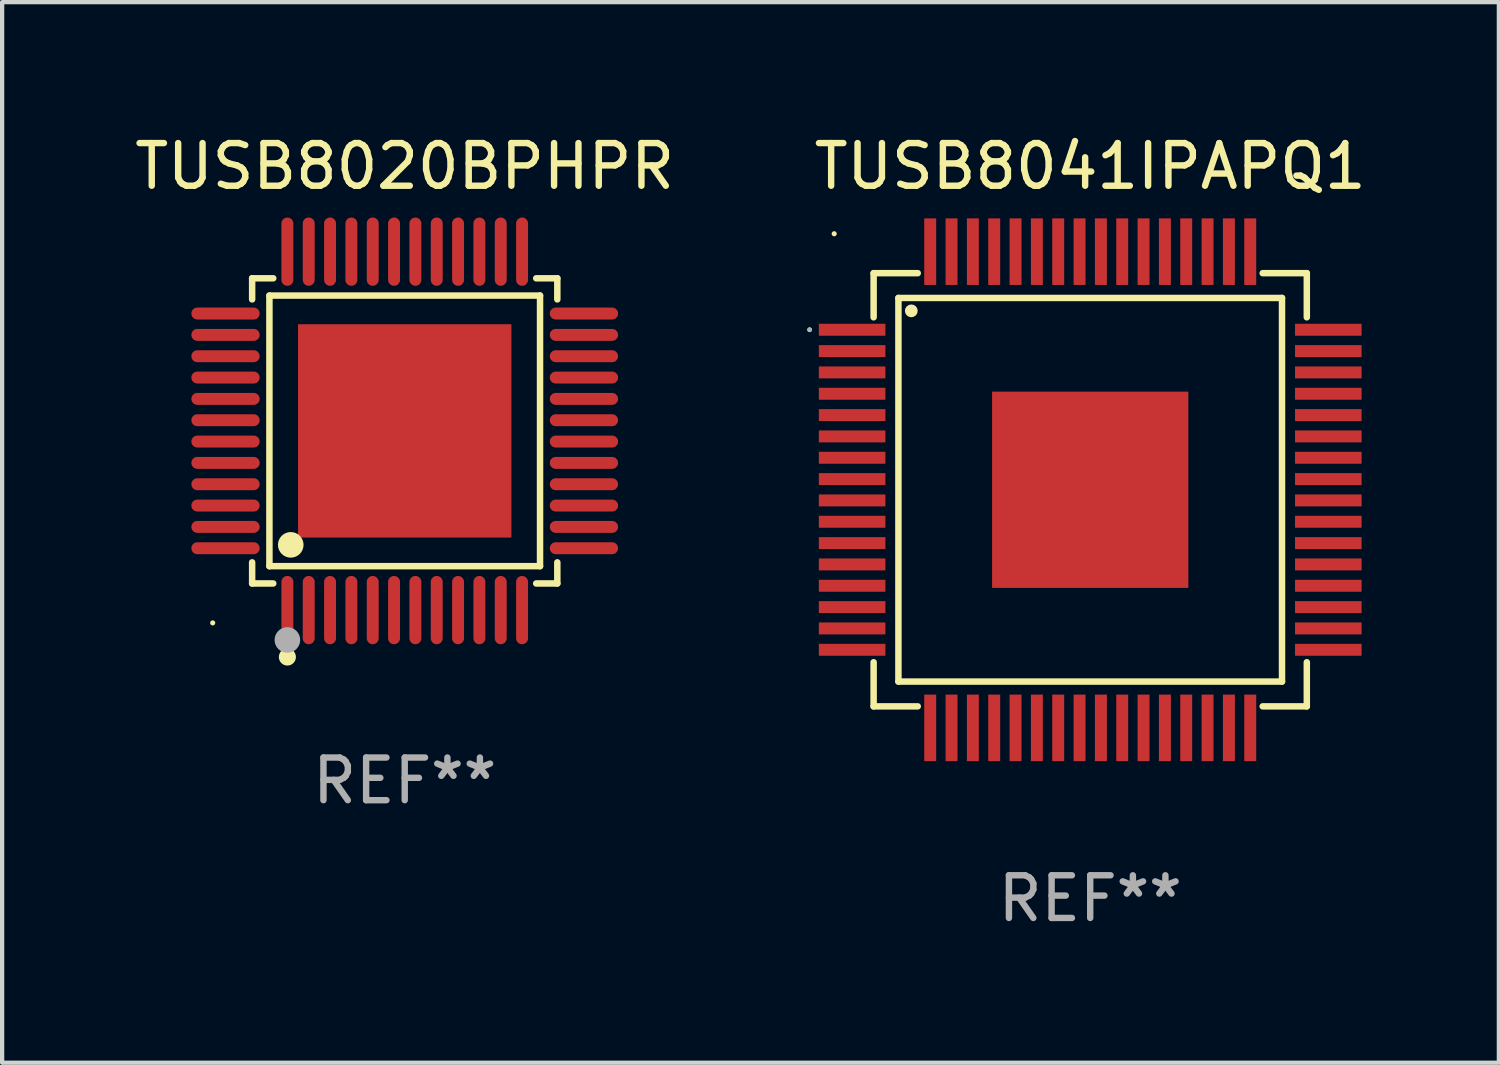
<source format=kicad_pcb>
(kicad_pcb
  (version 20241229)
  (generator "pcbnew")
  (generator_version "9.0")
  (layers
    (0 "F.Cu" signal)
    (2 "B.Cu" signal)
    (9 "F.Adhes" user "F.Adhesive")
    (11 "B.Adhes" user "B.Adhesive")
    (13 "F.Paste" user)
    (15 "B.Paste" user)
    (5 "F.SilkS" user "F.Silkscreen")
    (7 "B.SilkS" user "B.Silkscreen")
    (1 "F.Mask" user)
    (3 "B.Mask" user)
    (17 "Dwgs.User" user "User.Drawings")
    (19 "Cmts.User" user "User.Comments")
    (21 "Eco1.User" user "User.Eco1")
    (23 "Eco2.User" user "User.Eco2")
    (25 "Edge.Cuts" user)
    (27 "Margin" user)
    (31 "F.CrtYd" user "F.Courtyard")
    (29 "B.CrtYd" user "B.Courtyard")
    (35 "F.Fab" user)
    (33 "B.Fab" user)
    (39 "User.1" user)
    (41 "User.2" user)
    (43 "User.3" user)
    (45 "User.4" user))
  (footprint "TUSB8020BPHPR"
    (layer "F.Cu")
    (at 6.435 7.048)
    (property "Reference" "TUSB8020BPHPR" (at 0 -6.2 0) (layer "F.SilkS") (effects (font (size 1 1) (thickness 0.15))))
    (attr through_hole)
    (fp_line (start -3.576 -3.576) (end -3.081 -3.576) (stroke (width 0.152) (type solid)) (layer "F.SilkS"))
    (fp_line (start -3.576 -3.081) (end -3.576 -3.576) (stroke (width 0.152) (type solid)) (layer "F.SilkS"))
    (fp_line (start -3.576 3.081) (end -3.576 3.576) (stroke (width 0.152) (type solid)) (layer "F.SilkS"))
    (fp_line (start -3.576 3.576) (end -3.081 3.576) (stroke (width 0.152) (type solid)) (layer "F.SilkS"))
    (fp_line (start -3.171 -3.171) (end 3.171 -3.171) (stroke (width 0.152) (type solid)) (layer "F.SilkS"))
    (fp_line (start -3.171 3.171) (end -3.171 -3.171) (stroke (width 0.152) (type solid)) (layer "F.SilkS"))
    (fp_line (start 3.171 -3.171) (end 3.171 3.171) (stroke (width 0.152) (type solid)) (layer "F.SilkS"))
    (fp_line (start 3.171 3.171) (end -3.171 3.171) (stroke (width 0.152) (type solid)) (layer "F.SilkS"))
    (fp_line (start 3.576 -3.576) (end 3.081 -3.576) (stroke (width 0.152) (type solid)) (layer "F.SilkS"))
    (fp_line (start 3.576 -3.081) (end 3.576 -3.576) (stroke (width 0.152) (type solid)) (layer "F.SilkS"))
    (fp_line (start 3.576 3.081) (end 3.576 3.576) (stroke (width 0.152) (type solid)) (layer "F.SilkS"))
    (fp_line (start 3.576 3.576) (end 3.081 3.576) (stroke (width 0.152) (type solid)) (layer "F.SilkS"))
    (fp_circle (center -4.5 4.5) (end -4.47 4.5) (stroke (width 0.06) (type solid)) (fill no) (layer "F.SilkS"))
    (fp_circle (center -2.75 5.3) (end -2.65 5.3) (stroke (width 0.2) (type solid)) (fill no) (layer "F.SilkS"))
    (fp_circle (center -2.671 2.671) (end -2.521 2.671) (stroke (width 0.3) (type solid)) (fill no) (layer "F.SilkS"))
    (fp_circle (center -2.75 4.9) (end -2.6 4.9) (stroke (width 0.3) (type solid)) (fill no) (layer "F.Fab"))
    (fp_text user "REF**" (at 0 8.2 0) (layer "F.Fab") (effects (font (size 1 1) (thickness 0.15))))
    (pad "1" smd oval (at -2.75 4.2) (size 0.28 1.6) (layers "F.Cu" "F.Mask" "F.Paste"))
    (pad "2" smd oval (at -2.25 4.2) (size 0.28 1.6) (layers "F.Cu" "F.Mask" "F.Paste"))
    (pad "3" smd oval (at -1.75 4.2) (size 0.28 1.6) (layers "F.Cu" "F.Mask" "F.Paste"))
    (pad "4" smd oval (at -1.25 4.2) (size 0.28 1.6) (layers "F.Cu" "F.Mask" "F.Paste"))
    (pad "5" smd oval (at -0.75 4.2) (size 0.28 1.6) (layers "F.Cu" "F.Mask" "F.Paste"))
    (pad "6" smd oval (at -0.25 4.2) (size 0.28 1.6) (layers "F.Cu" "F.Mask" "F.Paste"))
    (pad "7" smd oval (at 0.25 4.2) (size 0.28 1.6) (layers "F.Cu" "F.Mask" "F.Paste"))
    (pad "8" smd oval (at 0.75 4.2) (size 0.28 1.6) (layers "F.Cu" "F.Mask" "F.Paste"))
    (pad "9" smd oval (at 1.25 4.2) (size 0.28 1.6) (layers "F.Cu" "F.Mask" "F.Paste"))
    (pad "10" smd oval (at 1.75 4.2) (size 0.28 1.6) (layers "F.Cu" "F.Mask" "F.Paste"))
    (pad "11" smd oval (at 2.25 4.2) (size 0.28 1.6) (layers "F.Cu" "F.Mask" "F.Paste"))
    (pad "12" smd oval (at 2.75 4.2) (size 0.28 1.6) (layers "F.Cu" "F.Mask" "F.Paste"))
    (pad "13" smd oval (at 4.2 2.75) (size 1.6 0.28) (layers "F.Cu" "F.Mask" "F.Paste"))
    (pad "14" smd oval (at 4.2 2.25) (size 1.6 0.28) (layers "F.Cu" "F.Mask" "F.Paste"))
    (pad "15" smd oval (at 4.2 1.75) (size 1.6 0.28) (layers "F.Cu" "F.Mask" "F.Paste"))
    (pad "16" smd oval (at 4.2 1.25) (size 1.6 0.28) (layers "F.Cu" "F.Mask" "F.Paste"))
    (pad "17" smd oval (at 4.2 0.75) (size 1.6 0.28) (layers "F.Cu" "F.Mask" "F.Paste"))
    (pad "18" smd oval (at 4.2 0.25) (size 1.6 0.28) (layers "F.Cu" "F.Mask" "F.Paste"))
    (pad "19" smd oval (at 4.2 -0.25) (size 1.6 0.28) (layers "F.Cu" "F.Mask" "F.Paste"))
    (pad "20" smd oval (at 4.2 -0.75) (size 1.6 0.28) (layers "F.Cu" "F.Mask" "F.Paste"))
    (pad "21" smd oval (at 4.2 -1.25) (size 1.6 0.28) (layers "F.Cu" "F.Mask" "F.Paste"))
    (pad "22" smd oval (at 4.2 -1.75) (size 1.6 0.28) (layers "F.Cu" "F.Mask" "F.Paste"))
    (pad "23" smd oval (at 4.2 -2.25) (size 1.6 0.28) (layers "F.Cu" "F.Mask" "F.Paste"))
    (pad "24" smd oval (at 4.2 -2.75) (size 1.6 0.28) (layers "F.Cu" "F.Mask" "F.Paste"))
    (pad "25" smd oval (at 2.75 -4.2) (size 0.28 1.6) (layers "F.Cu" "F.Mask" "F.Paste"))
    (pad "26" smd oval (at 2.25 -4.2) (size 0.28 1.6) (layers "F.Cu" "F.Mask" "F.Paste"))
    (pad "27" smd oval (at 1.75 -4.2) (size 0.28 1.6) (layers "F.Cu" "F.Mask" "F.Paste"))
    (pad "28" smd oval (at 1.25 -4.2) (size 0.28 1.6) (layers "F.Cu" "F.Mask" "F.Paste"))
    (pad "29" smd oval (at 0.75 -4.2) (size 0.28 1.6) (layers "F.Cu" "F.Mask" "F.Paste"))
    (pad "30" smd oval (at 0.25 -4.2) (size 0.28 1.6) (layers "F.Cu" "F.Mask" "F.Paste"))
    (pad "31" smd oval (at -0.25 -4.2) (size 0.28 1.6) (layers "F.Cu" "F.Mask" "F.Paste"))
    (pad "32" smd oval (at -0.75 -4.2) (size 0.28 1.6) (layers "F.Cu" "F.Mask" "F.Paste"))
    (pad "33" smd oval (at -1.25 -4.2) (size 0.28 1.6) (layers "F.Cu" "F.Mask" "F.Paste"))
    (pad "34" smd oval (at -1.75 -4.2) (size 0.28 1.6) (layers "F.Cu" "F.Mask" "F.Paste"))
    (pad "35" smd oval (at -2.25 -4.2) (size 0.28 1.6) (layers "F.Cu" "F.Mask" "F.Paste"))
    (pad "36" smd oval (at -2.75 -4.2) (size 0.28 1.6) (layers "F.Cu" "F.Mask" "F.Paste"))
    (pad "37" smd oval (at -4.2 -2.75) (size 1.6 0.28) (layers "F.Cu" "F.Mask" "F.Paste"))
    (pad "38" smd oval (at -4.2 -2.25) (size 1.6 0.28) (layers "F.Cu" "F.Mask" "F.Paste"))
    (pad "39" smd oval (at -4.2 -1.75) (size 1.6 0.28) (layers "F.Cu" "F.Mask" "F.Paste"))
    (pad "40" smd oval (at -4.2 -1.25) (size 1.6 0.28) (layers "F.Cu" "F.Mask" "F.Paste"))
    (pad "41" smd oval (at -4.2 -0.75) (size 1.6 0.28) (layers "F.Cu" "F.Mask" "F.Paste"))
    (pad "42" smd oval (at -4.2 -0.25) (size 1.6 0.28) (layers "F.Cu" "F.Mask" "F.Paste"))
    (pad "43" smd oval (at -4.2 0.25) (size 1.6 0.28) (layers "F.Cu" "F.Mask" "F.Paste"))
    (pad "44" smd oval (at -4.2 0.75) (size 1.6 0.28) (layers "F.Cu" "F.Mask" "F.Paste"))
    (pad "45" smd oval (at -4.2 1.25) (size 1.6 0.28) (layers "F.Cu" "F.Mask" "F.Paste"))
    (pad "46" smd oval (at -4.2 1.75) (size 1.6 0.28) (layers "F.Cu" "F.Mask" "F.Paste"))
    (pad "47" smd oval (at -4.2 2.25) (size 1.6 0.28) (layers "F.Cu" "F.Mask" "F.Paste"))
    (pad "48" smd oval (at -4.2 2.75) (size 1.6 0.28) (layers "F.Cu" "F.Mask" "F.Paste"))
    (pad "49" smd rect (at 0 0) (size 5 5) (layers "F.Cu" "F.Mask" "F.Paste")))
  (footprint "TUSB8041IPAPQ1"
    (layer "F.Cu")
    (at 22.5 8.428)
    (property "Reference" "TUSB8041IPAPQ1" (at 0 -7.58 0) (layer "F.SilkS") (effects (font (size 1 1) (thickness 0.15))))
    (attr through_hole)
    (fp_line (start -5.076 -5.076) (end -4.042 -5.076) (stroke (width 0.152) (type solid)) (layer "F.SilkS"))
    (fp_line (start -5.076 -4.042) (end -5.076 -5.076) (stroke (width 0.152) (type solid)) (layer "F.SilkS"))
    (fp_line (start -5.076 4.042) (end -5.076 5.076) (stroke (width 0.152) (type solid)) (layer "F.SilkS"))
    (fp_line (start -5.076 5.076) (end -4.042 5.076) (stroke (width 0.152) (type solid)) (layer "F.SilkS"))
    (fp_line (start -4.495 -4.495) (end 4.495 -4.495) (stroke (width 0.152) (type solid)) (layer "F.SilkS"))
    (fp_line (start -4.495 4.495) (end -4.495 -4.495) (stroke (width 0.152) (type solid)) (layer "F.SilkS"))
    (fp_line (start 4.495 -4.495) (end 4.495 4.495) (stroke (width 0.152) (type solid)) (layer "F.SilkS"))
    (fp_line (start 4.495 4.495) (end -4.495 4.495) (stroke (width 0.152) (type solid)) (layer "F.SilkS"))
    (fp_line (start 5.076 -5.076) (end 4.042 -5.076) (stroke (width 0.152) (type solid)) (layer "F.SilkS"))
    (fp_line (start 5.076 -4.042) (end 5.076 -5.076) (stroke (width 0.152) (type solid)) (layer "F.SilkS"))
    (fp_line (start 5.076 4.042) (end 5.076 5.076) (stroke (width 0.152) (type solid)) (layer "F.SilkS"))
    (fp_line (start 5.076 5.076) (end 4.042 5.076) (stroke (width 0.152) (type solid)) (layer "F.SilkS"))
    (fp_circle (center -6.576 -3.75) (end -6.548 -3.75) (stroke (width 0.055) (type solid)) (fill no) (layer "F.SilkS"))
    (fp_circle (center -6 -6) (end -5.97 -6) (stroke (width 0.06) (type solid)) (fill no) (layer "F.SilkS"))
    (fp_circle (center -4.193 -4.193) (end -4.118 -4.193) (stroke (width 0.15) (type solid)) (fill no) (layer "F.SilkS"))
    (fp_circle (center -6.576 -3.75) (end -6.548 -3.75) (stroke (width 0.055) (type solid)) (fill no) (layer "F.Fab"))
    (fp_text user "REF**" (at 0 9.58 0) (layer "F.Fab") (effects (font (size 1 1) (thickness 0.15))))
    (pad "1" smd rect (at -5.58 -3.75) (size 1.56 0.28) (layers "F.Cu" "F.Mask" "F.Paste"))
    (pad "2" smd rect (at -5.58 -3.25) (size 1.56 0.28) (layers "F.Cu" "F.Mask" "F.Paste"))
    (pad "3" smd rect (at -5.58 -2.75) (size 1.56 0.28) (layers "F.Cu" "F.Mask" "F.Paste"))
    (pad "4" smd rect (at -5.58 -2.25) (size 1.56 0.28) (layers "F.Cu" "F.Mask" "F.Paste"))
    (pad "5" smd rect (at -5.58 -1.75) (size 1.56 0.28) (layers "F.Cu" "F.Mask" "F.Paste"))
    (pad "6" smd rect (at -5.58 -1.25) (size 1.56 0.28) (layers "F.Cu" "F.Mask" "F.Paste"))
    (pad "7" smd rect (at -5.58 -0.75) (size 1.56 0.28) (layers "F.Cu" "F.Mask" "F.Paste"))
    (pad "8" smd rect (at -5.58 -0.25) (size 1.56 0.28) (layers "F.Cu" "F.Mask" "F.Paste"))
    (pad "9" smd rect (at -5.58 0.25) (size 1.56 0.28) (layers "F.Cu" "F.Mask" "F.Paste"))
    (pad "10" smd rect (at -5.58 0.75) (size 1.56 0.28) (layers "F.Cu" "F.Mask" "F.Paste"))
    (pad "11" smd rect (at -5.58 1.25) (size 1.56 0.28) (layers "F.Cu" "F.Mask" "F.Paste"))
    (pad "12" smd rect (at -5.58 1.75) (size 1.56 0.28) (layers "F.Cu" "F.Mask" "F.Paste"))
    (pad "13" smd rect (at -5.58 2.25) (size 1.56 0.28) (layers "F.Cu" "F.Mask" "F.Paste"))
    (pad "14" smd rect (at -5.58 2.75) (size 1.56 0.28) (layers "F.Cu" "F.Mask" "F.Paste"))
    (pad "15" smd rect (at -5.58 3.25) (size 1.56 0.28) (layers "F.Cu" "F.Mask" "F.Paste"))
    (pad "16" smd rect (at -5.58 3.75) (size 1.56 0.28) (layers "F.Cu" "F.Mask" "F.Paste"))
    (pad "17" smd rect (at -3.75 5.58) (size 0.28 1.56) (layers "F.Cu" "F.Mask" "F.Paste"))
    (pad "18" smd rect (at -3.25 5.58) (size 0.28 1.56) (layers "F.Cu" "F.Mask" "F.Paste"))
    (pad "19" smd rect (at -2.75 5.58) (size 0.28 1.56) (layers "F.Cu" "F.Mask" "F.Paste"))
    (pad "20" smd rect (at -2.25 5.58) (size 0.28 1.56) (layers "F.Cu" "F.Mask" "F.Paste"))
    (pad "21" smd rect (at -1.75 5.58) (size 0.28 1.56) (layers "F.Cu" "F.Mask" "F.Paste"))
    (pad "22" smd rect (at -1.25 5.58) (size 0.28 1.56) (layers "F.Cu" "F.Mask" "F.Paste"))
    (pad "23" smd rect (at -0.75 5.58) (size 0.28 1.56) (layers "F.Cu" "F.Mask" "F.Paste"))
    (pad "24" smd rect (at -0.25 5.58) (size 0.28 1.56) (layers "F.Cu" "F.Mask" "F.Paste"))
    (pad "25" smd rect (at 0.25 5.58) (size 0.28 1.56) (layers "F.Cu" "F.Mask" "F.Paste"))
    (pad "26" smd rect (at 0.75 5.58) (size 0.28 1.56) (layers "F.Cu" "F.Mask" "F.Paste"))
    (pad "27" smd rect (at 1.25 5.58) (size 0.28 1.56) (layers "F.Cu" "F.Mask" "F.Paste"))
    (pad "28" smd rect (at 1.75 5.58) (size 0.28 1.56) (layers "F.Cu" "F.Mask" "F.Paste"))
    (pad "29" smd rect (at 2.25 5.58) (size 0.28 1.56) (layers "F.Cu" "F.Mask" "F.Paste"))
    (pad "30" smd rect (at 2.75 5.58) (size 0.28 1.56) (layers "F.Cu" "F.Mask" "F.Paste"))
    (pad "31" smd rect (at 3.25 5.58) (size 0.28 1.56) (layers "F.Cu" "F.Mask" "F.Paste"))
    (pad "32" smd rect (at 3.75 5.58) (size 0.28 1.56) (layers "F.Cu" "F.Mask" "F.Paste"))
    (pad "33" smd rect (at 5.58 3.75) (size 1.56 0.28) (layers "F.Cu" "F.Mask" "F.Paste"))
    (pad "34" smd rect (at 5.58 3.25) (size 1.56 0.28) (layers "F.Cu" "F.Mask" "F.Paste"))
    (pad "35" smd rect (at 5.58 2.75) (size 1.56 0.28) (layers "F.Cu" "F.Mask" "F.Paste"))
    (pad "36" smd rect (at 5.58 2.25) (size 1.56 0.28) (layers "F.Cu" "F.Mask" "F.Paste"))
    (pad "37" smd rect (at 5.58 1.75) (size 1.56 0.28) (layers "F.Cu" "F.Mask" "F.Paste"))
    (pad "38" smd rect (at 5.58 1.25) (size 1.56 0.28) (layers "F.Cu" "F.Mask" "F.Paste"))
    (pad "39" smd rect (at 5.58 0.75) (size 1.56 0.28) (layers "F.Cu" "F.Mask" "F.Paste"))
    (pad "40" smd rect (at 5.58 0.25) (size 1.56 0.28) (layers "F.Cu" "F.Mask" "F.Paste"))
    (pad "41" smd rect (at 5.58 -0.25) (size 1.56 0.28) (layers "F.Cu" "F.Mask" "F.Paste"))
    (pad "42" smd rect (at 5.58 -0.75) (size 1.56 0.28) (layers "F.Cu" "F.Mask" "F.Paste"))
    (pad "43" smd rect (at 5.58 -1.25) (size 1.56 0.28) (layers "F.Cu" "F.Mask" "F.Paste"))
    (pad "44" smd rect (at 5.58 -1.75) (size 1.56 0.28) (layers "F.Cu" "F.Mask" "F.Paste"))
    (pad "45" smd rect (at 5.58 -2.25) (size 1.56 0.28) (layers "F.Cu" "F.Mask" "F.Paste"))
    (pad "46" smd rect (at 5.58 -2.75) (size 1.56 0.28) (layers "F.Cu" "F.Mask" "F.Paste"))
    (pad "47" smd rect (at 5.58 -3.25) (size 1.56 0.28) (layers "F.Cu" "F.Mask" "F.Paste"))
    (pad "48" smd rect (at 5.58 -3.75) (size 1.56 0.28) (layers "F.Cu" "F.Mask" "F.Paste"))
    (pad "49" smd rect (at 3.75 -5.58) (size 0.28 1.56) (layers "F.Cu" "F.Mask" "F.Paste"))
    (pad "50" smd rect (at 3.25 -5.58) (size 0.28 1.56) (layers "F.Cu" "F.Mask" "F.Paste"))
    (pad "51" smd rect (at 2.75 -5.58) (size 0.28 1.56) (layers "F.Cu" "F.Mask" "F.Paste"))
    (pad "52" smd rect (at 2.25 -5.58) (size 0.28 1.56) (layers "F.Cu" "F.Mask" "F.Paste"))
    (pad "53" smd rect (at 1.75 -5.58) (size 0.28 1.56) (layers "F.Cu" "F.Mask" "F.Paste"))
    (pad "54" smd rect (at 1.25 -5.58) (size 0.28 1.56) (layers "F.Cu" "F.Mask" "F.Paste"))
    (pad "55" smd rect (at 0.75 -5.58) (size 0.28 1.56) (layers "F.Cu" "F.Mask" "F.Paste"))
    (pad "56" smd rect (at 0.25 -5.58) (size 0.28 1.56) (layers "F.Cu" "F.Mask" "F.Paste"))
    (pad "57" smd rect (at -0.25 -5.58) (size 0.28 1.56) (layers "F.Cu" "F.Mask" "F.Paste"))
    (pad "58" smd rect (at -0.75 -5.58) (size 0.28 1.56) (layers "F.Cu" "F.Mask" "F.Paste"))
    (pad "59" smd rect (at -1.25 -5.58) (size 0.28 1.56) (layers "F.Cu" "F.Mask" "F.Paste"))
    (pad "60" smd rect (at -1.75 -5.58) (size 0.28 1.56) (layers "F.Cu" "F.Mask" "F.Paste"))
    (pad "61" smd rect (at -2.25 -5.58) (size 0.28 1.56) (layers "F.Cu" "F.Mask" "F.Paste"))
    (pad "62" smd rect (at -2.75 -5.58) (size 0.28 1.56) (layers "F.Cu" "F.Mask" "F.Paste"))
    (pad "63" smd rect (at -3.25 -5.58) (size 0.28 1.56) (layers "F.Cu" "F.Mask" "F.Paste"))
    (pad "64" smd rect (at -3.75 -5.58) (size 0.28 1.56) (layers "F.Cu" "F.Mask" "F.Paste"))
    (pad "65" smd rect (at 0 0) (size 4.6 4.6) (layers "F.Cu" "F.Mask" "F.Paste")))
  (gr_rect
    (start -3 -3)
    (end 32.077 21.856)
    (stroke (width 0.1) (type default))
    (fill no)
    (layer "Edge.Cuts")))
</source>
